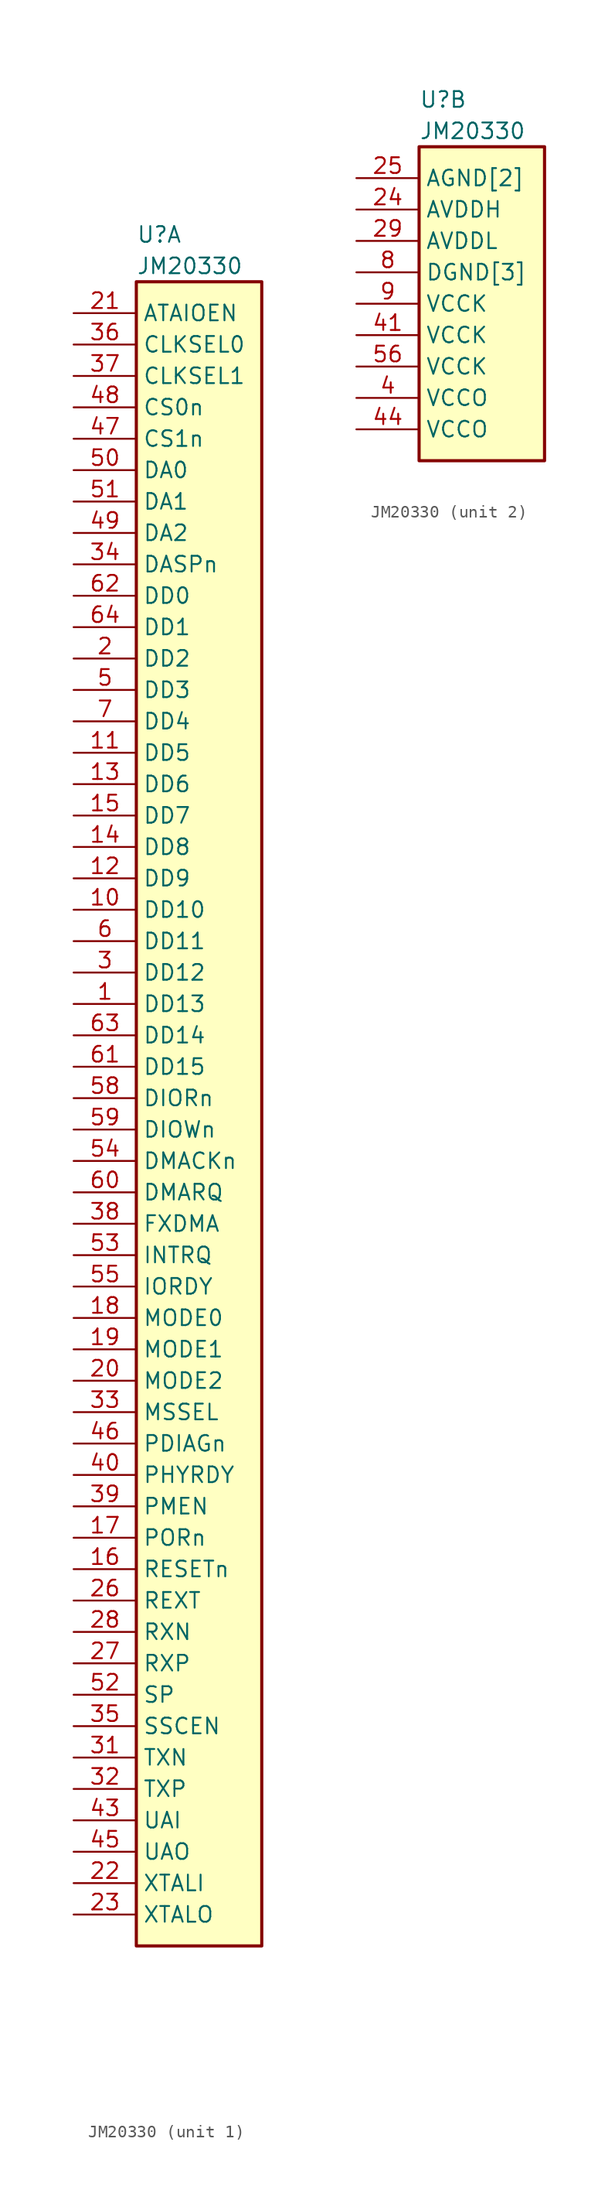
<source format=kicad_sym>
(kicad_symbol_lib
  (version 20211014)
  (generator kicad_symbol_editor)
  (symbol "﻿JM20330"
    (property "Reference" "U"
      (at 5.08 6.35 0)
      (effects (font (size 1.27 1.27)) (justify left)))
    (property "Value" "﻿JM20330"
      (at 5.08 3.81 0)
      (effects (font (size 1.27 1.27)) (justify left)))
    (property "ki_locked" ""
      (at 0 0 0)
      (effects (font (size 1.27 1.27))))
    (symbol "﻿JM20330_1_1"
      (rectangle (start 5.08 2.54) (end 15.24 -132.08) (stroke (width 0.254) (type default) (color 0 0 0 0)) (fill (type background)))
      (pin bidirectional line (at 0 -55.88 0) (length 5.08) (name "DD13" (effects (font (size 1.27 1.27)))) (number "1" (effects (font (size 1.27 1.27)))))
      (pin bidirectional line (at 0 -48.26 0) (length 5.08) (name "DD10" (effects (font (size 1.27 1.27)))) (number "10" (effects (font (size 1.27 1.27)))))
      (pin bidirectional line (at 0 -35.56 0) (length 5.08) (name "DD5" (effects (font (size 1.27 1.27)))) (number "11" (effects (font (size 1.27 1.27)))))
      (pin bidirectional line (at 0 -45.72 0) (length 5.08) (name "DD9" (effects (font (size 1.27 1.27)))) (number "12" (effects (font (size 1.27 1.27)))))
      (pin bidirectional line (at 0 -38.1 0) (length 5.08) (name "DD6" (effects (font (size 1.27 1.27)))) (number "13" (effects (font (size 1.27 1.27)))))
      (pin bidirectional line (at 0 -43.18 0) (length 5.08) (name "DD8" (effects (font (size 1.27 1.27)))) (number "14" (effects (font (size 1.27 1.27)))))
      (pin bidirectional line (at 0 -40.64 0) (length 5.08) (name "DD7" (effects (font (size 1.27 1.27)))) (number "15" (effects (font (size 1.27 1.27)))))
      (pin bidirectional line (at 0 -101.6 0) (length 5.08) (name "RESETn" (effects (font (size 1.27 1.27)))) (number "16" (effects (font (size 1.27 1.27)))))
      (pin bidirectional line (at 0 -99.06 0) (length 5.08) (name "PORn" (effects (font (size 1.27 1.27)))) (number "17" (effects (font (size 1.27 1.27)))))
      (pin bidirectional line (at 0 -81.28 0) (length 5.08) (name "MODE0" (effects (font (size 1.27 1.27)))) (number "18" (effects (font (size 1.27 1.27)))))
      (pin bidirectional line (at 0 -83.82 0) (length 5.08) (name "MODE1" (effects (font (size 1.27 1.27)))) (number "19" (effects (font (size 1.27 1.27)))))
      (pin bidirectional line (at 0 -27.94 0) (length 5.08) (name "DD2" (effects (font (size 1.27 1.27)))) (number "2" (effects (font (size 1.27 1.27)))))
      (pin bidirectional line (at 0 -86.36 0) (length 5.08) (name "MODE2" (effects (font (size 1.27 1.27)))) (number "20" (effects (font (size 1.27 1.27)))))
      (pin bidirectional line (at 0 0 0) (length 5.08) (name "ATAIOEN" (effects (font (size 1.27 1.27)))) (number "21" (effects (font (size 1.27 1.27)))))
      (pin bidirectional line (at 0 -127 0) (length 5.08) (name "XTALI" (effects (font (size 1.27 1.27)))) (number "22" (effects (font (size 1.27 1.27)))))
      (pin bidirectional line (at 0 -129.54 0) (length 5.08) (name "XTALO" (effects (font (size 1.27 1.27)))) (number "23" (effects (font (size 1.27 1.27)))))
      (pin bidirectional line (at 0 -104.14 0) (length 5.08) (name "REXT" (effects (font (size 1.27 1.27)))) (number "26" (effects (font (size 1.27 1.27)))))
      (pin bidirectional line (at 0 -109.22 0) (length 5.08) (name "RXP" (effects (font (size 1.27 1.27)))) (number "27" (effects (font (size 1.27 1.27)))))
      (pin bidirectional line (at 0 -106.68 0) (length 5.08) (name "RXN" (effects (font (size 1.27 1.27)))) (number "28" (effects (font (size 1.27 1.27)))))
      (pin bidirectional line (at 0 -53.34 0) (length 5.08) (name "DD12" (effects (font (size 1.27 1.27)))) (number "3" (effects (font (size 1.27 1.27)))))
      (pin bidirectional line (at 0 -116.84 0) (length 5.08) (name "TXN" (effects (font (size 1.27 1.27)))) (number "31" (effects (font (size 1.27 1.27)))))
      (pin bidirectional line (at 0 -119.38 0) (length 5.08) (name "TXP" (effects (font (size 1.27 1.27)))) (number "32" (effects (font (size 1.27 1.27)))))
      (pin bidirectional line (at 0 -88.9 0) (length 5.08) (name "MSSEL" (effects (font (size 1.27 1.27)))) (number "33" (effects (font (size 1.27 1.27)))))
      (pin bidirectional line (at 0 -20.32 0) (length 5.08) (name "DASPn" (effects (font (size 1.27 1.27)))) (number "34" (effects (font (size 1.27 1.27)))))
      (pin bidirectional line (at 0 -114.3 0) (length 5.08) (name "SSCEN" (effects (font (size 1.27 1.27)))) (number "35" (effects (font (size 1.27 1.27)))))
      (pin bidirectional line (at 0 -2.54 0) (length 5.08) (name "CLKSEL0" (effects (font (size 1.27 1.27)))) (number "36" (effects (font (size 1.27 1.27)))))
      (pin bidirectional line (at 0 -5.08 0) (length 5.08) (name "CLKSEL1" (effects (font (size 1.27 1.27)))) (number "37" (effects (font (size 1.27 1.27)))))
      (pin bidirectional line (at 0 -73.66 0) (length 5.08) (name "FXDMA" (effects (font (size 1.27 1.27)))) (number "38" (effects (font (size 1.27 1.27)))))
      (pin bidirectional line (at 0 -96.52 0) (length 5.08) (name "PMEN" (effects (font (size 1.27 1.27)))) (number "39" (effects (font (size 1.27 1.27)))))
      (pin bidirectional line (at 0 -93.98 0) (length 5.08) (name "PHYRDY" (effects (font (size 1.27 1.27)))) (number "40" (effects (font (size 1.27 1.27)))))
      (pin bidirectional line (at 0 -121.92 0) (length 5.08) (name "UAI" (effects (font (size 1.27 1.27)))) (number "43" (effects (font (size 1.27 1.27)))))
      (pin bidirectional line (at 0 -124.46 0) (length 5.08) (name "UAO" (effects (font (size 1.27 1.27)))) (number "45" (effects (font (size 1.27 1.27)))))
      (pin bidirectional line (at 0 -91.44 0) (length 5.08) (name "PDIAGn" (effects (font (size 1.27 1.27)))) (number "46" (effects (font (size 1.27 1.27)))))
      (pin bidirectional line (at 0 -10.16 0) (length 5.08) (name "CS1n" (effects (font (size 1.27 1.27)))) (number "47" (effects (font (size 1.27 1.27)))))
      (pin bidirectional line (at 0 -7.62 0) (length 5.08) (name "CS0n" (effects (font (size 1.27 1.27)))) (number "48" (effects (font (size 1.27 1.27)))))
      (pin bidirectional line (at 0 -17.78 0) (length 5.08) (name "DA2" (effects (font (size 1.27 1.27)))) (number "49" (effects (font (size 1.27 1.27)))))
      (pin bidirectional line (at 0 -30.48 0) (length 5.08) (name "DD3" (effects (font (size 1.27 1.27)))) (number "5" (effects (font (size 1.27 1.27)))))
      (pin bidirectional line (at 0 -12.7 0) (length 5.08) (name "DA0" (effects (font (size 1.27 1.27)))) (number "50" (effects (font (size 1.27 1.27)))))
      (pin bidirectional line (at 0 -15.24 0) (length 5.08) (name "DA1" (effects (font (size 1.27 1.27)))) (number "51" (effects (font (size 1.27 1.27)))))
      (pin bidirectional line (at 0 -111.76 0) (length 5.08) (name "SP" (effects (font (size 1.27 1.27)))) (number "52" (effects (font (size 1.27 1.27)))))
      (pin bidirectional line (at 0 -76.2 0) (length 5.08) (name "INTRQ" (effects (font (size 1.27 1.27)))) (number "53" (effects (font (size 1.27 1.27)))))
      (pin bidirectional line (at 0 -68.58 0) (length 5.08) (name "DMACKn" (effects (font (size 1.27 1.27)))) (number "54" (effects (font (size 1.27 1.27)))))
      (pin bidirectional line (at 0 -78.74 0) (length 5.08) (name "IORDY" (effects (font (size 1.27 1.27)))) (number "55" (effects (font (size 1.27 1.27)))))
      (pin bidirectional line (at 0 -63.5 0) (length 5.08) (name "DIORn" (effects (font (size 1.27 1.27)))) (number "58" (effects (font (size 1.27 1.27)))))
      (pin bidirectional line (at 0 -66.04 0) (length 5.08) (name "DIOWn" (effects (font (size 1.27 1.27)))) (number "59" (effects (font (size 1.27 1.27)))))
      (pin bidirectional line (at 0 -50.8 0) (length 5.08) (name "DD11" (effects (font (size 1.27 1.27)))) (number "6" (effects (font (size 1.27 1.27)))))
      (pin bidirectional line (at 0 -71.12 0) (length 5.08) (name "DMARQ" (effects (font (size 1.27 1.27)))) (number "60" (effects (font (size 1.27 1.27)))))
      (pin bidirectional line (at 0 -60.96 0) (length 5.08) (name "DD15" (effects (font (size 1.27 1.27)))) (number "61" (effects (font (size 1.27 1.27)))))
      (pin bidirectional line (at 0 -22.86 0) (length 5.08) (name "DD0" (effects (font (size 1.27 1.27)))) (number "62" (effects (font (size 1.27 1.27)))))
      (pin bidirectional line (at 0 -58.42 0) (length 5.08) (name "DD14" (effects (font (size 1.27 1.27)))) (number "63" (effects (font (size 1.27 1.27)))))
      (pin bidirectional line (at 0 -25.4 0) (length 5.08) (name "DD1" (effects (font (size 1.27 1.27)))) (number "64" (effects (font (size 1.27 1.27)))))
      (pin bidirectional line (at 0 -33.02 0) (length 5.08) (name "DD4" (effects (font (size 1.27 1.27)))) (number "7" (effects (font (size 1.27 1.27))))))
    (symbol "﻿JM20330_2_1"
      (rectangle (start 5.08 2.54) (end 15.24 -22.86) (stroke (width 0.254) (type default) (color 0 0 0 0)) (fill (type background)))
      (pin power_in line (at 0 -2.54 0) (length 5.08) (name "AVDDH" (effects (font (size 1.27 1.27)))) (number "24" (effects (font (size 1.27 1.27)))))
      (pin power_in line (at 0 0 0) (length 5.08) (name "AGND[2]" (effects (font (size 1.27 1.27)))) (number "25" (effects (font (size 1.27 1.27)))))
      (pin power_in line (at 0 -5.08 0) (length 5.08) (name "AVDDL" (effects (font (size 1.27 1.27)))) (number "29" (effects (font (size 1.27 1.27)))))
      (pin passive line (at 0 0 0) (length 5.08) hide (name "AGND[2]" (effects (font (size 1.27 1.27)))) (number "30" (effects (font (size 1.27 1.27)))))
      (pin bidirectional line (at 0 -17.78 0) (length 5.08) (name "VCCO" (effects (font (size 1.27 1.27)))) (number "4" (effects (font (size 1.27 1.27)))))
      (pin bidirectional line (at 0 -12.7 0) (length 5.08) (name "VCCK" (effects (font (size 1.27 1.27)))) (number "41" (effects (font (size 1.27 1.27)))))
      (pin passive line (at 0 -7.62 0) (length 5.08) hide (name "DGND[3]" (effects (font (size 1.27 1.27)))) (number "42" (effects (font (size 1.27 1.27)))))
      (pin bidirectional line (at 0 -20.32 0) (length 5.08) (name "VCCO" (effects (font (size 1.27 1.27)))) (number "44" (effects (font (size 1.27 1.27)))))
      (pin bidirectional line (at 0 -15.24 0) (length 5.08) (name "VCCK" (effects (font (size 1.27 1.27)))) (number "56" (effects (font (size 1.27 1.27)))))
      (pin passive line (at 0 -7.62 0) (length 5.08) hide (name "DGND[3]" (effects (font (size 1.27 1.27)))) (number "57" (effects (font (size 1.27 1.27)))))
      (pin power_in line (at 0 -7.62 0) (length 5.08) (name "DGND[3]" (effects (font (size 1.27 1.27)))) (number "8" (effects (font (size 1.27 1.27)))))
      (pin bidirectional line (at 0 -10.16 0) (length 5.08) (name "VCCK" (effects (font (size 1.27 1.27)))) (number "9" (effects (font (size 1.27 1.27))))))))
</source>
